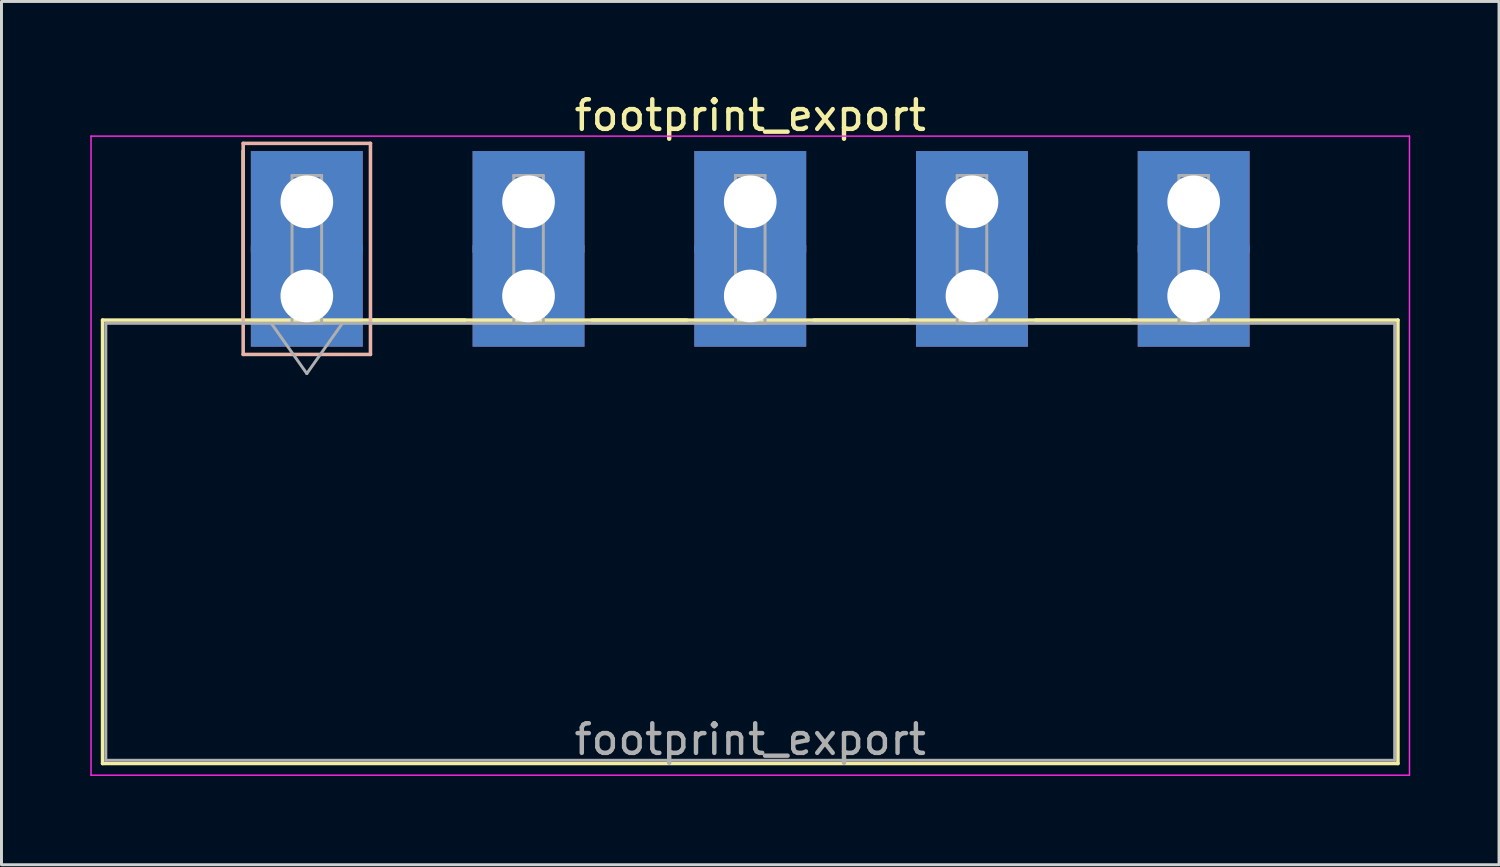
<source format=kicad_pcb>
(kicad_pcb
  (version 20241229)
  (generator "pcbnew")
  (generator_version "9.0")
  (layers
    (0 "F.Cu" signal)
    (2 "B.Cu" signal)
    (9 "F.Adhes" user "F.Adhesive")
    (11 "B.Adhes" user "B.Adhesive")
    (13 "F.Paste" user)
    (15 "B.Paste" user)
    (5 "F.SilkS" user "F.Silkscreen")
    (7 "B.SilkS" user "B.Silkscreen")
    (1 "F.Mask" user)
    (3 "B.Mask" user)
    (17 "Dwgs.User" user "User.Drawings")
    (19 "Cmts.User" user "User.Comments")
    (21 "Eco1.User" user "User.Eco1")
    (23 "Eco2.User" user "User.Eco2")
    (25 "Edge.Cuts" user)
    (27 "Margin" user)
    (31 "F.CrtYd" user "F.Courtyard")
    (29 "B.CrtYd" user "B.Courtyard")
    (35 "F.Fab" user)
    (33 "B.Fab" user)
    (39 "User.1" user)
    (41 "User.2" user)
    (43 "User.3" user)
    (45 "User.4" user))
  (footprint "footprint_export"
    (layer "F.Cu")
    (at 7.315 6.948)
    (property "Reference" "footprint_export" (at 14.98 -6.1 0) (layer "F.SilkS") (effects (font (size 1 1) (thickness 0.15))))
    (attr through_hole)
    (fp_line (start -6.9 0.815) (end -6.9 15.795) (stroke (width 0.12) (type solid)) (layer "F.SilkS"))
    (fp_line (start -6.9 15.795) (end 36.86 15.795) (stroke (width 0.12) (type solid)) (layer "F.SilkS"))
    (fp_line (start -2.15 0.815) (end -2.15 -4.895) (stroke (width 0.12) (type solid)) (layer "F.SilkS"))
    (fp_line (start 2.15 0.815) (end 5.34 0.815) (stroke (width 0.12) (type solid)) (layer "F.SilkS"))
    (fp_line (start 9.64 0.815) (end 12.83 0.815) (stroke (width 0.12) (type solid)) (layer "F.SilkS"))
    (fp_line (start 17.13 0.815) (end 20.32 0.815) (stroke (width 0.12) (type solid)) (layer "F.SilkS"))
    (fp_line (start 24.62 0.815) (end 27.81 0.815) (stroke (width 0.12) (type solid)) (layer "F.SilkS"))
    (fp_line (start 36.86 0.815) (end -6.9 0.815) (stroke (width 0.12) (type solid)) (layer "F.SilkS"))
    (fp_line (start 36.86 15.795) (end 36.86 0.815) (stroke (width 0.12) (type solid)) (layer "F.SilkS"))
    (fp_line (start -2.15 -5.155) (end -2.15 1.975) (stroke (width 0.12) (type solid)) (layer "B.SilkS"))
    (fp_line (start -2.15 1.975) (end 2.15 1.975) (stroke (width 0.12) (type solid)) (layer "B.SilkS"))
    (fp_line (start 2.15 -5.155) (end -2.15 -5.155) (stroke (width 0.12) (type solid)) (layer "B.SilkS"))
    (fp_line (start 2.15 1.975) (end 2.15 -5.155) (stroke (width 0.12) (type solid)) (layer "B.SilkS"))
    (fp_line (start -7.29 -5.4) (end -7.29 16.19) (stroke (width 0.05) (type solid)) (layer "F.CrtYd"))
    (fp_line (start -7.29 16.19) (end 37.25 16.19) (stroke (width 0.05) (type solid)) (layer "F.CrtYd"))
    (fp_line (start 37.25 -5.4) (end -7.29 -5.4) (stroke (width 0.05) (type solid)) (layer "F.CrtYd"))
    (fp_line (start 37.25 16.19) (end 37.25 -5.4) (stroke (width 0.05) (type solid)) (layer "F.CrtYd"))
    (fp_line (start -6.79 0.925) (end -6.79 15.685) (stroke (width 0.1) (type solid)) (layer "F.Fab"))
    (fp_line (start -6.79 15.685) (end 36.75 15.685) (stroke (width 0.1) (type solid)) (layer "F.Fab"))
    (fp_line (start -1.2 0.925) (end 0 2.622) (stroke (width 0.1) (type solid)) (layer "F.Fab"))
    (fp_line (start -0.5 -4.07) (end 0.5 -4.07) (stroke (width 0.1) (type solid)) (layer "F.Fab"))
    (fp_line (start -0.5 0.925) (end -0.5 -4.07) (stroke (width 0.1) (type solid)) (layer "F.Fab"))
    (fp_line (start 0 2.622) (end 1.2 0.925) (stroke (width 0.1) (type solid)) (layer "F.Fab"))
    (fp_line (start 0.5 -4.07) (end 0.5 0.925) (stroke (width 0.1) (type solid)) (layer "F.Fab"))
    (fp_line (start 0.5 0.925) (end -0.5 0.925) (stroke (width 0.1) (type solid)) (layer "F.Fab"))
    (fp_line (start 6.99 -4.07) (end 7.99 -4.07) (stroke (width 0.1) (type solid)) (layer "F.Fab"))
    (fp_line (start 6.99 0.925) (end 6.99 -4.07) (stroke (width 0.1) (type solid)) (layer "F.Fab"))
    (fp_line (start 7.99 -4.07) (end 7.99 0.925) (stroke (width 0.1) (type solid)) (layer "F.Fab"))
    (fp_line (start 7.99 0.925) (end 6.99 0.925) (stroke (width 0.1) (type solid)) (layer "F.Fab"))
    (fp_line (start 14.48 -4.07) (end 15.48 -4.07) (stroke (width 0.1) (type solid)) (layer "F.Fab"))
    (fp_line (start 14.48 0.925) (end 14.48 -4.07) (stroke (width 0.1) (type solid)) (layer "F.Fab"))
    (fp_line (start 15.48 -4.07) (end 15.48 0.925) (stroke (width 0.1) (type solid)) (layer "F.Fab"))
    (fp_line (start 15.48 0.925) (end 14.48 0.925) (stroke (width 0.1) (type solid)) (layer "F.Fab"))
    (fp_line (start 21.97 -4.07) (end 22.97 -4.07) (stroke (width 0.1) (type solid)) (layer "F.Fab"))
    (fp_line (start 21.97 0.925) (end 21.97 -4.07) (stroke (width 0.1) (type solid)) (layer "F.Fab"))
    (fp_line (start 22.97 -4.07) (end 22.97 0.925) (stroke (width 0.1) (type solid)) (layer "F.Fab"))
    (fp_line (start 22.97 0.925) (end 21.97 0.925) (stroke (width 0.1) (type solid)) (layer "F.Fab"))
    (fp_line (start 29.46 -4.07) (end 30.46 -4.07) (stroke (width 0.1) (type solid)) (layer "F.Fab"))
    (fp_line (start 29.46 0.925) (end 29.46 -4.07) (stroke (width 0.1) (type solid)) (layer "F.Fab"))
    (fp_line (start 30.46 -4.07) (end 30.46 0.925) (stroke (width 0.1) (type solid)) (layer "F.Fab"))
    (fp_line (start 30.46 0.925) (end 29.46 0.925) (stroke (width 0.1) (type solid)) (layer "F.Fab"))
    (fp_line (start 36.75 0.925) (end -6.79 0.925) (stroke (width 0.1) (type solid)) (layer "F.Fab"))
    (fp_line (start 36.75 15.685) (end 36.75 0.925) (stroke (width 0.1) (type solid)) (layer "F.Fab"))
    (fp_text user "${REFERENCE}" (at 14.98 14.98 0) (layer "F.Fab") (effects (font (size 1 1) (thickness 0.15))))
    (pad "1" thru_hole rect (at 0 -3.18) (size 3.78 3.43) (drill 1.78) (layers "*.Cu" "*.Mask"))
    (pad "1" thru_hole rect (at 0 0) (size 3.78 3.43) (drill 1.78) (layers "*.Cu" "*.Mask"))
    (pad "2" thru_hole rect (at 7.49 -3.18) (size 3.78 3.43) (drill 1.78) (layers "*.Cu" "*.Mask"))
    (pad "2" thru_hole rect (at 7.49 0) (size 3.78 3.43) (drill 1.78) (layers "*.Cu" "*.Mask"))
    (pad "3" thru_hole rect (at 14.98 -3.18) (size 3.78 3.43) (drill 1.78) (layers "*.Cu" "*.Mask"))
    (pad "3" thru_hole rect (at 14.98 0) (size 3.78 3.43) (drill 1.78) (layers "*.Cu" "*.Mask"))
    (pad "4" thru_hole rect (at 22.47 -3.18) (size 3.78 3.43) (drill 1.78) (layers "*.Cu" "*.Mask"))
    (pad "4" thru_hole rect (at 22.47 0) (size 3.78 3.43) (drill 1.78) (layers "*.Cu" "*.Mask"))
    (pad "5" thru_hole rect (at 29.96 -3.18) (size 3.78 3.43) (drill 1.78) (layers "*.Cu" "*.Mask"))
    (pad "5" thru_hole rect (at 29.96 0) (size 3.78 3.43) (drill 1.78) (layers "*.Cu" "*.Mask")))
  (gr_rect
    (start -3 -3)
    (end 47.59 26.163)
    (stroke (width 0.1) (type default))
    (fill no)
    (layer "Edge.Cuts")))
</source>
